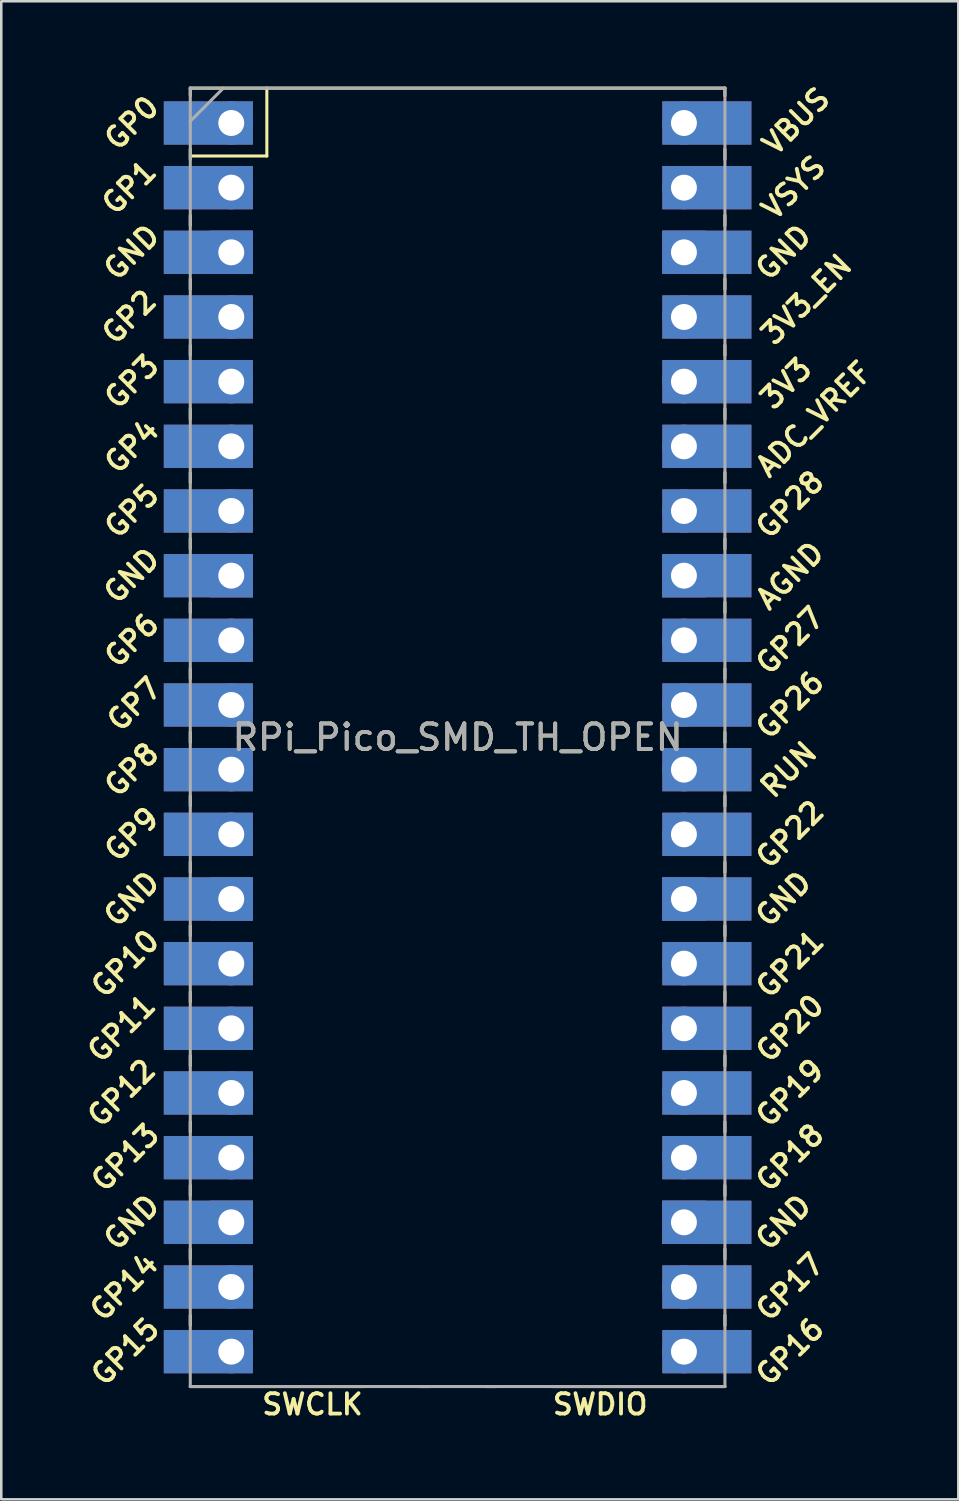
<source format=kicad_pcb>
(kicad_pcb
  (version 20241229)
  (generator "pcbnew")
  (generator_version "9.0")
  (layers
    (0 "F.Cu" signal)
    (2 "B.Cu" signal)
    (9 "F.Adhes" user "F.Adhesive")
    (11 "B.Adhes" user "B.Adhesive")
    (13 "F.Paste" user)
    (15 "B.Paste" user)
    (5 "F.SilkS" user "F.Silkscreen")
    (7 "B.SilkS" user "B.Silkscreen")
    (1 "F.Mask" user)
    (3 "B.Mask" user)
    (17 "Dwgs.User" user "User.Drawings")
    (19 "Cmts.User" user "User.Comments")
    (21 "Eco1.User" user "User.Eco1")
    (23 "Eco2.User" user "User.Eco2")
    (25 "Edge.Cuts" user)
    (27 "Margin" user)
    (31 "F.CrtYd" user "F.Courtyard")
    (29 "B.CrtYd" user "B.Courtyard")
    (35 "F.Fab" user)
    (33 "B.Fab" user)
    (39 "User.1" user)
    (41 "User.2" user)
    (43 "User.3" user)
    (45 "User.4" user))
  (footprint "RPi_Pico_SMD_TH_OPEN"
    (layer "F.Cu")
    (at 14.924 25.911)
    (property "Reference" "RPi_Pico_SMD_TH_OPEN" (at 0 0 0) (layer "F.SilkS") (effects (font (size 1 1) (thickness 0.15))))
    (attr through_hole)
    (fp_line (start -10.5 -25.5) (end -10.5 -25.2) (stroke (width 0.12) (type solid)) (layer "F.SilkS"))
    (fp_line (start -10.5 -25.5) (end 10.5 -25.5) (stroke (width 0.12) (type solid)) (layer "F.SilkS"))
    (fp_line (start -10.5 -23.1) (end -10.5 -22.7) (stroke (width 0.12) (type solid)) (layer "F.SilkS"))
    (fp_line (start -10.5 -22.833) (end -7.493 -22.833) (stroke (width 0.12) (type solid)) (layer "F.SilkS"))
    (fp_line (start -10.5 -20.5) (end -10.5 -20.1) (stroke (width 0.12) (type solid)) (layer "F.SilkS"))
    (fp_line (start -10.5 -18) (end -10.5 -17.6) (stroke (width 0.12) (type solid)) (layer "F.SilkS"))
    (fp_line (start -10.5 -15.4) (end -10.5 -15) (stroke (width 0.12) (type solid)) (layer "F.SilkS"))
    (fp_line (start -10.5 -12.9) (end -10.5 -12.5) (stroke (width 0.12) (type solid)) (layer "F.SilkS"))
    (fp_line (start -10.5 -10.4) (end -10.5 -10) (stroke (width 0.12) (type solid)) (layer "F.SilkS"))
    (fp_line (start -10.5 -7.8) (end -10.5 -7.4) (stroke (width 0.12) (type solid)) (layer "F.SilkS"))
    (fp_line (start -10.5 -5.3) (end -10.5 -4.9) (stroke (width 0.12) (type solid)) (layer "F.SilkS"))
    (fp_line (start -10.5 -2.7) (end -10.5 -2.3) (stroke (width 0.12) (type solid)) (layer "F.SilkS"))
    (fp_line (start -10.5 -0.2) (end -10.5 0.2) (stroke (width 0.12) (type solid)) (layer "F.SilkS"))
    (fp_line (start -10.5 2.3) (end -10.5 2.7) (stroke (width 0.12) (type solid)) (layer "F.SilkS"))
    (fp_line (start -10.5 4.9) (end -10.5 5.3) (stroke (width 0.12) (type solid)) (layer "F.SilkS"))
    (fp_line (start -10.5 7.4) (end -10.5 7.8) (stroke (width 0.12) (type solid)) (layer "F.SilkS"))
    (fp_line (start -10.5 10) (end -10.5 10.4) (stroke (width 0.12) (type solid)) (layer "F.SilkS"))
    (fp_line (start -10.5 12.5) (end -10.5 12.9) (stroke (width 0.12) (type solid)) (layer "F.SilkS"))
    (fp_line (start -10.5 15.1) (end -10.5 15.5) (stroke (width 0.12) (type solid)) (layer "F.SilkS"))
    (fp_line (start -10.5 17.6) (end -10.5 18) (stroke (width 0.12) (type solid)) (layer "F.SilkS"))
    (fp_line (start -10.5 20.1) (end -10.5 20.5) (stroke (width 0.12) (type solid)) (layer "F.SilkS"))
    (fp_line (start -10.5 22.7) (end -10.5 23.1) (stroke (width 0.12) (type solid)) (layer "F.SilkS"))
    (fp_line (start -7.493 -22.833) (end -7.493 -25.5) (stroke (width 0.12) (type solid)) (layer "F.SilkS"))
    (fp_line (start -3.7 25.5) (end -10.5 25.5) (stroke (width 0.12) (type solid)) (layer "F.SilkS"))
    (fp_line (start -1.5 25.5) (end -1.1 25.5) (stroke (width 0.12) (type solid)) (layer "F.SilkS"))
    (fp_line (start 1.1 25.5) (end 1.5 25.5) (stroke (width 0.12) (type solid)) (layer "F.SilkS"))
    (fp_line (start 10.5 -25.5) (end 10.5 -25.2) (stroke (width 0.12) (type solid)) (layer "F.SilkS"))
    (fp_line (start 10.5 -23.1) (end 10.5 -22.7) (stroke (width 0.12) (type solid)) (layer "F.SilkS"))
    (fp_line (start 10.5 -20.5) (end 10.5 -20.1) (stroke (width 0.12) (type solid)) (layer "F.SilkS"))
    (fp_line (start 10.5 -18) (end 10.5 -17.6) (stroke (width 0.12) (type solid)) (layer "F.SilkS"))
    (fp_line (start 10.5 -15.4) (end 10.5 -15) (stroke (width 0.12) (type solid)) (layer "F.SilkS"))
    (fp_line (start 10.5 -12.9) (end 10.5 -12.5) (stroke (width 0.12) (type solid)) (layer "F.SilkS"))
    (fp_line (start 10.5 -10.4) (end 10.5 -10) (stroke (width 0.12) (type solid)) (layer "F.SilkS"))
    (fp_line (start 10.5 -7.8) (end 10.5 -7.4) (stroke (width 0.12) (type solid)) (layer "F.SilkS"))
    (fp_line (start 10.5 -5.3) (end 10.5 -4.9) (stroke (width 0.12) (type solid)) (layer "F.SilkS"))
    (fp_line (start 10.5 -2.7) (end 10.5 -2.3) (stroke (width 0.12) (type solid)) (layer "F.SilkS"))
    (fp_line (start 10.5 -0.2) (end 10.5 0.2) (stroke (width 0.12) (type solid)) (layer "F.SilkS"))
    (fp_line (start 10.5 2.3) (end 10.5 2.7) (stroke (width 0.12) (type solid)) (layer "F.SilkS"))
    (fp_line (start 10.5 4.9) (end 10.5 5.3) (stroke (width 0.12) (type solid)) (layer "F.SilkS"))
    (fp_line (start 10.5 7.4) (end 10.5 7.8) (stroke (width 0.12) (type solid)) (layer "F.SilkS"))
    (fp_line (start 10.5 10) (end 10.5 10.4) (stroke (width 0.12) (type solid)) (layer "F.SilkS"))
    (fp_line (start 10.5 12.5) (end 10.5 12.9) (stroke (width 0.12) (type solid)) (layer "F.SilkS"))
    (fp_line (start 10.5 15.1) (end 10.5 15.5) (stroke (width 0.12) (type solid)) (layer "F.SilkS"))
    (fp_line (start 10.5 17.6) (end 10.5 18) (stroke (width 0.12) (type solid)) (layer "F.SilkS"))
    (fp_line (start 10.5 20.1) (end 10.5 20.5) (stroke (width 0.12) (type solid)) (layer "F.SilkS"))
    (fp_line (start 10.5 22.7) (end 10.5 23.1) (stroke (width 0.12) (type solid)) (layer "F.SilkS"))
    (fp_line (start 10.5 25.5) (end 3.7 25.5) (stroke (width 0.12) (type solid)) (layer "F.SilkS"))
    (fp_line (start -10.5 -25.5) (end 10.5 -25.5) (stroke (width 0.12) (type solid)) (layer "F.Fab"))
    (fp_line (start -10.5 -24.2) (end -9.2 -25.5) (stroke (width 0.12) (type solid)) (layer "F.Fab"))
    (fp_line (start -10.5 25.5) (end -10.5 -25.5) (stroke (width 0.12) (type solid)) (layer "F.Fab"))
    (fp_line (start 10.5 -25.5) (end 10.5 25.5) (stroke (width 0.12) (type solid)) (layer "F.Fab"))
    (fp_line (start 10.5 25.5) (end -10.5 25.5) (stroke (width 0.12) (type solid)) (layer "F.Fab"))
    (fp_text user "3V3" (at 12.9 -13.9 45) (layer "F.SilkS") (effects (font (size 0.8 0.8) (thickness 0.15))))
    (fp_text user "GP19" (at 13.054 13.97 45) (layer "F.SilkS") (effects (font (size 0.8 0.8) (thickness 0.15))))
    (fp_text user "GP27" (at 13.054 -3.8 45) (layer "F.SilkS") (effects (font (size 0.8 0.8) (thickness 0.15))))
    (fp_text user "GND" (at 12.8 19.05 45) (layer "F.SilkS") (effects (font (size 0.8 0.8) (thickness 0.15))))
    (fp_text user "GND" (at -12.8 -19.05 45) (layer "F.SilkS") (effects (font (size 0.8 0.8) (thickness 0.15))))
    (fp_text user "GP18" (at 13.054 16.51 45) (layer "F.SilkS") (effects (font (size 0.8 0.8) (thickness 0.15))))
    (fp_text user "GP0" (at -12.8 -24.13 45) (layer "F.SilkS") (effects (font (size 0.8 0.8) (thickness 0.15))))
    (fp_text user "GP21" (at 13.054 8.9 45) (layer "F.SilkS") (effects (font (size 0.8 0.8) (thickness 0.15))))
    (fp_text user "GP9" (at -12.8 3.81 45) (layer "F.SilkS") (effects (font (size 0.8 0.8) (thickness 0.15))))
    (fp_text user "GP16" (at 13.054 24.13 45) (layer "F.SilkS") (effects (font (size 0.8 0.8) (thickness 0.15))))
    (fp_text user "RUN" (at 13 1.27 45) (layer "F.SilkS") (effects (font (size 0.8 0.8) (thickness 0.15))))
    (fp_text user "GP15" (at -13.054 24.13 45) (layer "F.SilkS") (effects (font (size 0.8 0.8) (thickness 0.15))))
    (fp_text user "GND" (at -12.8 6.35 45) (layer "F.SilkS") (effects (font (size 0.8 0.8) (thickness 0.15))))
    (fp_text user "GP11" (at -13.2 11.43 45) (layer "F.SilkS") (effects (font (size 0.8 0.8) (thickness 0.15))))
    (fp_text user "GP3" (at -12.8 -13.97 45) (layer "F.SilkS") (effects (font (size 0.8 0.8) (thickness 0.15))))
    (fp_text user "VBUS" (at 13.3 -24.2 45) (layer "F.SilkS") (effects (font (size 0.8 0.8) (thickness 0.15))))
    (fp_text user "GP6" (at -12.8 -3.81 45) (layer "F.SilkS") (effects (font (size 0.8 0.8) (thickness 0.15))))
    (fp_text user "GP1" (at -12.9 -21.6 45) (layer "F.SilkS") (effects (font (size 0.8 0.8) (thickness 0.15))))
    (fp_text user "GP22" (at 13.054 3.81 45) (layer "F.SilkS") (effects (font (size 0.8 0.8) (thickness 0.15))))
    (fp_text user "GND" (at -12.8 19.05 45) (layer "F.SilkS") (effects (font (size 0.8 0.8) (thickness 0.15))))
    (fp_text user "SWCLK" (at -5.7 26.2 0) (layer "F.SilkS") (effects (font (size 0.8 0.8) (thickness 0.15))))
    (fp_text user "AGND" (at 13.054 -6.35 45) (layer "F.SilkS") (effects (font (size 0.8 0.8) (thickness 0.15))))
    (fp_text user "3V3_EN" (at 13.7 -17.2 45) (layer "F.SilkS") (effects (font (size 0.8 0.8) (thickness 0.15))))
    (fp_text user "GND" (at 12.8 6.35 45) (layer "F.SilkS") (effects (font (size 0.8 0.8) (thickness 0.15))))
    (fp_text user "GP5" (at -12.8 -8.89 45) (layer "F.SilkS") (effects (font (size 0.8 0.8) (thickness 0.15))))
    (fp_text user "GND" (at 12.8 -19.05 45) (layer "F.SilkS") (effects (font (size 0.8 0.8) (thickness 0.15))))
    (fp_text user "VSYS" (at 13.2 -21.59 45) (layer "F.SilkS") (effects (font (size 0.8 0.8) (thickness 0.15))))
    (fp_text user "GP12" (at -13.2 13.97 45) (layer "F.SilkS") (effects (font (size 0.8 0.8) (thickness 0.15))))
    (fp_text user "GP14" (at -13.1 21.59 45) (layer "F.SilkS") (effects (font (size 0.8 0.8) (thickness 0.15))))
    (fp_text user "GND" (at -12.8 -6.35 45) (layer "F.SilkS") (effects (font (size 0.8 0.8) (thickness 0.15))))
    (fp_text user "GP26" (at 13.054 -1.27 45) (layer "F.SilkS") (effects (font (size 0.8 0.8) (thickness 0.15))))
    (fp_text user "GP2" (at -12.9 -16.51 45) (layer "F.SilkS") (effects (font (size 0.8 0.8) (thickness 0.15))))
    (fp_text user "GP20" (at 13.054 11.43 45) (layer "F.SilkS") (effects (font (size 0.8 0.8) (thickness 0.15))))
    (fp_text user "ADC_VREF" (at 14 -12.5 45) (layer "F.SilkS") (effects (font (size 0.8 0.8) (thickness 0.15))))
    (fp_text user "SWDIO" (at 5.6 26.2 0) (layer "F.SilkS") (effects (font (size 0.8 0.8) (thickness 0.15))))
    (fp_text user "GP17" (at 13.054 21.59 45) (layer "F.SilkS") (effects (font (size 0.8 0.8) (thickness 0.15))))
    (fp_text user "GP8" (at -12.8 1.27 45) (layer "F.SilkS") (effects (font (size 0.8 0.8) (thickness 0.15))))
    (fp_text user "GP13" (at -13.054 16.51 45) (layer "F.SilkS") (effects (font (size 0.8 0.8) (thickness 0.15))))
    (fp_text user "GP4" (at -12.8 -11.43 45) (layer "F.SilkS") (effects (font (size 0.8 0.8) (thickness 0.15))))
    (fp_text user "GP7" (at -12.7 -1.3 45) (layer "F.SilkS") (effects (font (size 0.8 0.8) (thickness 0.15))))
    (fp_text user "GP28" (at 13.054 -9.144 45) (layer "F.SilkS") (effects (font (size 0.8 0.8) (thickness 0.15))))
    (fp_text user "GP10" (at -13.054 8.89 45) (layer "F.SilkS") (effects (font (size 0.8 0.8) (thickness 0.15))))
    (fp_text user "${REFERENCE}" (at 0 0 180) (layer "F.Fab") (effects (font (size 1 1) (thickness 0.15))))
    (pad "1" thru_hole oval (at -8.89 -24.13) (size 1.7 1.7) (drill 1.02) (layers "*.Cu" "*.Mask"))
    (pad "1" smd rect (at -8.89 -24.13) (size 3.5 1.7) (drill (offset -0.9 0)) (layers "F.Cu" "F.Mask"))
    (pad "1" smd rect (at -8.89 -24.13 180) (size 3.5 1.7) (drill (offset 0.9 0)) (layers "B.Cu" "B.Mask"))
    (pad "2" thru_hole oval (at -8.89 -21.59) (size 1.7 1.7) (drill 1.02) (layers "*.Cu" "*.Mask"))
    (pad "2" smd rect (at -8.89 -21.59) (size 3.5 1.7) (drill (offset -0.9 0)) (layers "F.Cu" "F.Mask"))
    (pad "2" smd rect (at -8.89 -21.59 180) (size 3.5 1.7) (drill (offset 0.9 0)) (layers "B.Cu" "B.Mask"))
    (pad "3" thru_hole rect (at -8.89 -19.05) (size 1.7 1.7) (drill 1.02) (layers "*.Cu" "*.Mask"))
    (pad "3" smd rect (at -8.89 -19.05) (size 3.5 1.7) (drill (offset -0.9 0)) (layers "F.Cu" "F.Mask"))
    (pad "3" smd rect (at -8.89 -19.05 180) (size 3.5 1.7) (drill (offset 0.9 0)) (layers "B.Cu" "B.Mask"))
    (pad "4" thru_hole oval (at -8.89 -16.51) (size 1.7 1.7) (drill 1.02) (layers "*.Cu" "*.Mask"))
    (pad "4" smd rect (at -8.89 -16.51) (size 3.5 1.7) (drill (offset -0.9 0)) (layers "F.Cu" "F.Mask"))
    (pad "4" smd rect (at -8.89 -16.51 180) (size 3.5 1.7) (drill (offset 0.9 0)) (layers "B.Cu" "B.Mask"))
    (pad "5" thru_hole oval (at -8.89 -13.97) (size 1.7 1.7) (drill 1.02) (layers "*.Cu" "*.Mask"))
    (pad "5" smd rect (at -8.89 -13.97) (size 3.5 1.7) (drill (offset -0.9 0)) (layers "F.Cu" "F.Mask"))
    (pad "5" smd rect (at -8.89 -13.97 180) (size 3.5 1.7) (drill (offset 0.9 0)) (layers "B.Cu" "B.Mask"))
    (pad "6" thru_hole oval (at -8.89 -11.43) (size 1.7 1.7) (drill 1.02) (layers "*.Cu" "*.Mask"))
    (pad "6" smd rect (at -8.89 -11.43) (size 3.5 1.7) (drill (offset -0.9 0)) (layers "F.Cu" "F.Mask"))
    (pad "6" smd rect (at -8.89 -11.43 180) (size 3.5 1.7) (drill (offset 0.9 0)) (layers "B.Cu" "B.Mask"))
    (pad "7" thru_hole oval (at -8.89 -8.89) (size 1.7 1.7) (drill 1.02) (layers "*.Cu" "*.Mask"))
    (pad "7" smd rect (at -8.89 -8.89) (size 3.5 1.7) (drill (offset -0.9 0)) (layers "F.Cu" "F.Mask"))
    (pad "7" smd rect (at -8.89 -8.89 180) (size 3.5 1.7) (drill (offset 0.9 0)) (layers "B.Cu" "B.Mask"))
    (pad "8" thru_hole rect (at -8.89 -6.35) (size 1.7 1.7) (drill 1.02) (layers "*.Cu" "*.Mask"))
    (pad "8" smd rect (at -8.89 -6.35) (size 3.5 1.7) (drill (offset -0.9 0)) (layers "F.Cu" "F.Mask"))
    (pad "8" smd rect (at -8.89 -6.35 180) (size 3.5 1.7) (drill (offset 0.9 0)) (layers "B.Cu" "B.Mask"))
    (pad "9" thru_hole oval (at -8.89 -3.81) (size 1.7 1.7) (drill 1.02) (layers "*.Cu" "*.Mask"))
    (pad "9" smd rect (at -8.89 -3.81) (size 3.5 1.7) (drill (offset -0.9 0)) (layers "F.Cu" "F.Mask"))
    (pad "9" smd rect (at -8.89 -3.81 180) (size 3.5 1.7) (drill (offset 0.9 0)) (layers "B.Cu" "B.Mask"))
    (pad "10" thru_hole oval (at -8.89 -1.27) (size 1.7 1.7) (drill 1.02) (layers "*.Cu" "*.Mask"))
    (pad "10" smd rect (at -8.89 -1.27) (size 3.5 1.7) (drill (offset -0.9 0)) (layers "F.Cu" "F.Mask"))
    (pad "10" smd rect (at -8.89 -1.27 180) (size 3.5 1.7) (drill (offset 0.9 0)) (layers "B.Cu" "B.Mask"))
    (pad "11" thru_hole oval (at -8.89 1.27) (size 1.7 1.7) (drill 1.02) (layers "*.Cu" "*.Mask"))
    (pad "11" smd rect (at -8.89 1.27) (size 3.5 1.7) (drill (offset -0.9 0)) (layers "F.Cu" "F.Mask"))
    (pad "11" smd rect (at -8.89 1.27 180) (size 3.5 1.7) (drill (offset 0.9 0)) (layers "B.Cu" "B.Mask"))
    (pad "12" thru_hole oval (at -8.89 3.81) (size 1.7 1.7) (drill 1.02) (layers "*.Cu" "*.Mask"))
    (pad "12" smd rect (at -8.89 3.81) (size 3.5 1.7) (drill (offset -0.9 0)) (layers "F.Cu" "F.Mask"))
    (pad "12" smd rect (at -8.89 3.81 180) (size 3.5 1.7) (drill (offset 0.9 0)) (layers "B.Cu" "B.Mask"))
    (pad "13" thru_hole rect (at -8.89 6.35) (size 1.7 1.7) (drill 1.02) (layers "*.Cu" "*.Mask"))
    (pad "13" smd rect (at -8.89 6.35) (size 3.5 1.7) (drill (offset -0.9 0)) (layers "F.Cu" "F.Mask"))
    (pad "13" smd rect (at -8.89 6.35 180) (size 3.5 1.7) (drill (offset 0.9 0)) (layers "B.Cu" "B.Mask"))
    (pad "14" thru_hole oval (at -8.89 8.89) (size 1.7 1.7) (drill 1.02) (layers "*.Cu" "*.Mask"))
    (pad "14" smd rect (at -8.89 8.89) (size 3.5 1.7) (drill (offset -0.9 0)) (layers "F.Cu" "F.Mask"))
    (pad "14" smd rect (at -8.89 8.89 180) (size 3.5 1.7) (drill (offset 0.9 0)) (layers "B.Cu" "B.Mask"))
    (pad "15" thru_hole oval (at -8.89 11.43) (size 1.7 1.7) (drill 1.02) (layers "*.Cu" "*.Mask"))
    (pad "15" smd rect (at -8.89 11.43) (size 3.5 1.7) (drill (offset -0.9 0)) (layers "F.Cu" "F.Mask"))
    (pad "15" smd rect (at -8.89 11.43 180) (size 3.5 1.7) (drill (offset 0.9 0)) (layers "B.Cu" "B.Mask"))
    (pad "16" thru_hole oval (at -8.89 13.97) (size 1.7 1.7) (drill 1.02) (layers "*.Cu" "*.Mask"))
    (pad "16" smd rect (at -8.89 13.97) (size 3.5 1.7) (drill (offset -0.9 0)) (layers "F.Cu" "F.Mask"))
    (pad "16" smd rect (at -8.89 13.97 180) (size 3.5 1.7) (drill (offset 0.9 0)) (layers "B.Cu" "B.Mask"))
    (pad "17" thru_hole oval (at -8.89 16.51) (size 1.7 1.7) (drill 1.02) (layers "*.Cu" "*.Mask"))
    (pad "17" smd rect (at -8.89 16.51) (size 3.5 1.7) (drill (offset -0.9 0)) (layers "F.Cu" "F.Mask"))
    (pad "17" smd rect (at -8.89 16.51 180) (size 3.5 1.7) (drill (offset 0.9 0)) (layers "B.Cu" "B.Mask"))
    (pad "18" thru_hole rect (at -8.89 19.05) (size 1.7 1.7) (drill 1.02) (layers "*.Cu" "*.Mask"))
    (pad "18" smd rect (at -8.89 19.05) (size 3.5 1.7) (drill (offset -0.9 0)) (layers "F.Cu" "F.Mask"))
    (pad "18" smd rect (at -8.89 19.05 180) (size 3.5 1.7) (drill (offset 0.9 0)) (layers "B.Cu" "B.Mask"))
    (pad "19" thru_hole oval (at -8.89 21.59) (size 1.7 1.7) (drill 1.02) (layers "*.Cu" "*.Mask"))
    (pad "19" smd rect (at -8.89 21.59) (size 3.5 1.7) (drill (offset -0.9 0)) (layers "F.Cu" "F.Mask"))
    (pad "19" smd rect (at -8.89 21.59 180) (size 3.5 1.7) (drill (offset 0.9 0)) (layers "B.Cu" "B.Mask"))
    (pad "20" thru_hole oval (at -8.89 24.13) (size 1.7 1.7) (drill 1.02) (layers "*.Cu" "*.Mask"))
    (pad "20" smd rect (at -8.89 24.13) (size 3.5 1.7) (drill (offset -0.9 0)) (layers "F.Cu" "F.Mask"))
    (pad "20" smd rect (at -8.89 24.13 180) (size 3.5 1.7) (drill (offset 0.9 0)) (layers "B.Cu" "B.Mask"))
    (pad "21" thru_hole oval (at 8.89 24.13) (size 1.7 1.7) (drill 1.02) (layers "*.Cu" "*.Mask"))
    (pad "21" smd rect (at 8.89 24.13) (size 3.5 1.7) (drill (offset 0.9 0)) (layers "F.Cu" "F.Mask"))
    (pad "21" smd rect (at 8.89 24.13 180) (size 3.5 1.7) (drill (offset -0.9 0)) (layers "B.Cu" "B.Mask"))
    (pad "22" thru_hole oval (at 8.89 21.59) (size 1.7 1.7) (drill 1.02) (layers "*.Cu" "*.Mask"))
    (pad "22" smd rect (at 8.89 21.59) (size 3.5 1.7) (drill (offset 0.9 0)) (layers "F.Cu" "F.Mask"))
    (pad "22" smd rect (at 8.89 21.59 180) (size 3.5 1.7) (drill (offset -0.9 0)) (layers "B.Cu" "B.Mask"))
    (pad "23" thru_hole rect (at 8.89 19.05) (size 1.7 1.7) (drill 1.02) (layers "*.Cu" "*.Mask"))
    (pad "23" smd rect (at 8.89 19.05) (size 3.5 1.7) (drill (offset 0.9 0)) (layers "F.Cu" "F.Mask"))
    (pad "23" smd rect (at 8.89 19.05 180) (size 3.5 1.7) (drill (offset -0.9 0)) (layers "B.Cu" "B.Mask"))
    (pad "24" thru_hole oval (at 8.89 16.51) (size 1.7 1.7) (drill 1.02) (layers "*.Cu" "*.Mask"))
    (pad "24" smd rect (at 8.89 16.51) (size 3.5 1.7) (drill (offset 0.9 0)) (layers "F.Cu" "F.Mask"))
    (pad "24" smd rect (at 8.89 16.51 180) (size 3.5 1.7) (drill (offset -0.9 0)) (layers "B.Cu" "B.Mask"))
    (pad "25" thru_hole oval (at 8.89 13.97) (size 1.7 1.7) (drill 1.02) (layers "*.Cu" "*.Mask"))
    (pad "25" smd rect (at 8.89 13.97) (size 3.5 1.7) (drill (offset 0.9 0)) (layers "F.Cu" "F.Mask"))
    (pad "25" smd rect (at 8.89 13.97 180) (size 3.5 1.7) (drill (offset -0.9 0)) (layers "B.Cu" "B.Mask"))
    (pad "26" thru_hole oval (at 8.89 11.43) (size 1.7 1.7) (drill 1.02) (layers "*.Cu" "*.Mask"))
    (pad "26" smd rect (at 8.89 11.43) (size 3.5 1.7) (drill (offset 0.9 0)) (layers "F.Cu" "F.Mask"))
    (pad "26" smd rect (at 8.89 11.43 180) (size 3.5 1.7) (drill (offset -0.9 0)) (layers "B.Cu" "B.Mask"))
    (pad "27" thru_hole oval (at 8.89 8.89) (size 1.7 1.7) (drill 1.02) (layers "*.Cu" "*.Mask"))
    (pad "27" smd rect (at 8.89 8.89) (size 3.5 1.7) (drill (offset 0.9 0)) (layers "F.Cu" "F.Mask"))
    (pad "27" smd rect (at 8.89 8.89 180) (size 3.5 1.7) (drill (offset -0.9 0)) (layers "B.Cu" "B.Mask"))
    (pad "28" thru_hole rect (at 8.89 6.35) (size 1.7 1.7) (drill 1.02) (layers "*.Cu" "*.Mask"))
    (pad "28" smd rect (at 8.89 6.35) (size 3.5 1.7) (drill (offset 0.9 0)) (layers "F.Cu" "F.Mask"))
    (pad "28" smd rect (at 8.89 6.35 180) (size 3.5 1.7) (drill (offset -0.9 0)) (layers "B.Cu" "B.Mask"))
    (pad "29" thru_hole oval (at 8.89 3.81) (size 1.7 1.7) (drill 1.02) (layers "*.Cu" "*.Mask"))
    (pad "29" smd rect (at 8.89 3.81) (size 3.5 1.7) (drill (offset 0.9 0)) (layers "F.Cu" "F.Mask"))
    (pad "29" smd rect (at 8.89 3.81 180) (size 3.5 1.7) (drill (offset -0.9 0)) (layers "B.Cu" "B.Mask"))
    (pad "30" thru_hole oval (at 8.89 1.27) (size 1.7 1.7) (drill 1.02) (layers "*.Cu" "*.Mask"))
    (pad "30" smd rect (at 8.89 1.27) (size 3.5 1.7) (drill (offset 0.9 0)) (layers "F.Cu" "F.Mask"))
    (pad "30" smd rect (at 8.89 1.27 180) (size 3.5 1.7) (drill (offset -0.9 0)) (layers "B.Cu" "B.Mask"))
    (pad "31" thru_hole oval (at 8.89 -1.27) (size 1.7 1.7) (drill 1.02) (layers "*.Cu" "*.Mask"))
    (pad "31" smd rect (at 8.89 -1.27) (size 3.5 1.7) (drill (offset 0.9 0)) (layers "F.Cu" "F.Mask"))
    (pad "31" smd rect (at 8.89 -1.27 180) (size 3.5 1.7) (drill (offset -0.9 0)) (layers "B.Cu" "B.Mask"))
    (pad "32" thru_hole oval (at 8.89 -3.81) (size 1.7 1.7) (drill 1.02) (layers "*.Cu" "*.Mask"))
    (pad "32" smd rect (at 8.89 -3.81) (size 3.5 1.7) (drill (offset 0.9 0)) (layers "F.Cu" "F.Mask"))
    (pad "32" smd rect (at 8.89 -3.81 180) (size 3.5 1.7) (drill (offset -0.9 0)) (layers "B.Cu" "B.Mask"))
    (pad "33" thru_hole rect (at 8.89 -6.35) (size 1.7 1.7) (drill 1.02) (layers "*.Cu" "*.Mask"))
    (pad "33" smd rect (at 8.89 -6.35) (size 3.5 1.7) (drill (offset 0.9 0)) (layers "F.Cu" "F.Mask"))
    (pad "33" smd rect (at 8.89 -6.35 180) (size 3.5 1.7) (drill (offset -0.9 0)) (layers "B.Cu" "B.Mask"))
    (pad "34" thru_hole oval (at 8.89 -8.89) (size 1.7 1.7) (drill 1.02) (layers "*.Cu" "*.Mask"))
    (pad "34" smd rect (at 8.89 -8.89) (size 3.5 1.7) (drill (offset 0.9 0)) (layers "F.Cu" "F.Mask"))
    (pad "34" smd rect (at 8.89 -8.89 180) (size 3.5 1.7) (drill (offset -0.9 0)) (layers "B.Cu" "B.Mask"))
    (pad "35" thru_hole oval (at 8.89 -11.43) (size 1.7 1.7) (drill 1.02) (layers "*.Cu" "*.Mask"))
    (pad "35" smd rect (at 8.89 -11.43) (size 3.5 1.7) (drill (offset 0.9 0)) (layers "F.Cu" "F.Mask"))
    (pad "35" smd rect (at 8.89 -11.43 180) (size 3.5 1.7) (drill (offset -0.9 0)) (layers "B.Cu" "B.Mask"))
    (pad "36" thru_hole oval (at 8.89 -13.97) (size 1.7 1.7) (drill 1.02) (layers "*.Cu" "*.Mask"))
    (pad "36" smd rect (at 8.89 -13.97) (size 3.5 1.7) (drill (offset 0.9 0)) (layers "F.Cu" "F.Mask"))
    (pad "36" smd rect (at 8.89 -13.97 180) (size 3.5 1.7) (drill (offset -0.9 0)) (layers "B.Cu" "B.Mask"))
    (pad "37" thru_hole oval (at 8.89 -16.51) (size 1.7 1.7) (drill 1.02) (layers "*.Cu" "*.Mask"))
    (pad "37" smd rect (at 8.89 -16.51) (size 3.5 1.7) (drill (offset 0.9 0)) (layers "F.Cu" "F.Mask"))
    (pad "37" smd rect (at 8.89 -16.51 180) (size 3.5 1.7) (drill (offset -0.9 0)) (layers "B.Cu" "B.Mask"))
    (pad "38" thru_hole rect (at 8.89 -19.05) (size 1.7 1.7) (drill 1.02) (layers "*.Cu" "*.Mask"))
    (pad "38" smd rect (at 8.89 -19.05) (size 3.5 1.7) (drill (offset 0.9 0)) (layers "F.Cu" "F.Mask"))
    (pad "38" smd rect (at 8.89 -19.05 180) (size 3.5 1.7) (drill (offset -0.9 0)) (layers "B.Cu" "B.Mask"))
    (pad "39" thru_hole oval (at 8.89 -21.59) (size 1.7 1.7) (drill 1.02) (layers "*.Cu" "*.Mask"))
    (pad "39" smd rect (at 8.89 -21.59) (size 3.5 1.7) (drill (offset 0.9 0)) (layers "F.Cu" "F.Mask"))
    (pad "39" smd rect (at 8.89 -21.59 180) (size 3.5 1.7) (drill (offset -0.9 0)) (layers "B.Cu" "B.Mask"))
    (pad "40" thru_hole oval (at 8.89 -24.13) (size 1.7 1.7) (drill 1.02) (layers "*.Cu" "*.Mask"))
    (pad "40" smd rect (at 8.89 -24.13) (size 3.5 1.7) (drill (offset 0.9 0)) (layers "F.Cu" "F.Mask"))
    (pad "40" smd rect (at 8.89 -24.13 180) (size 3.5 1.7) (drill (offset -0.9 0)) (layers "B.Cu" "B.Mask")))
  (gr_rect
    (start -3 -3)
    (end 34.591 55.842)
    (stroke (width 0.1) (type default))
    (fill no)
    (layer "Edge.Cuts")))
</source>
